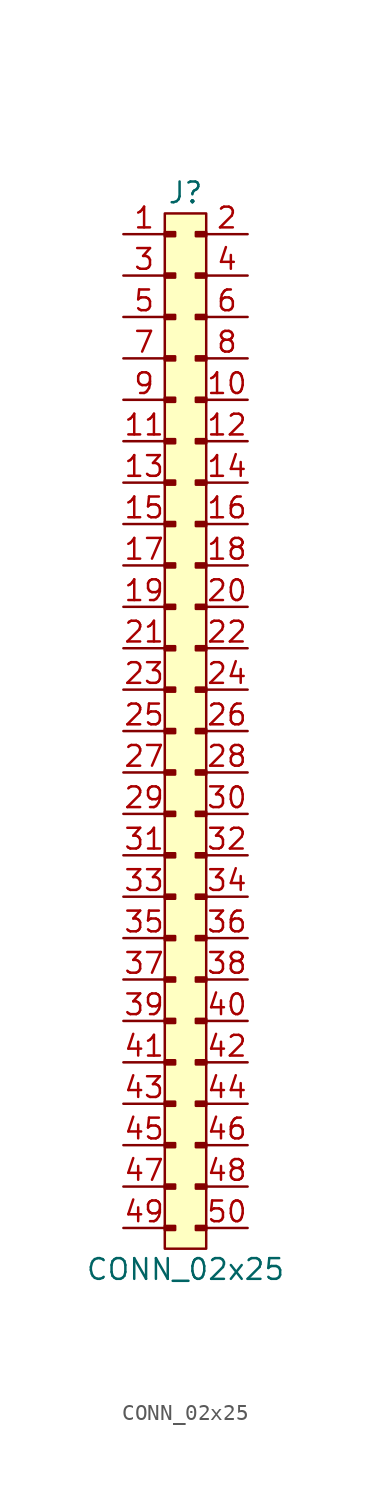
<source format=kicad_sym>
(kicad_symbol_lib
  (version 20211014)
  (generator agg_kicad.build_lib_connector)
  (symbol "CONN_02x25"
    (pin_names hide)
    (property Reference J
      (at -1.27 2.54 0)
      (effects (font (size 1.27 1.27))))
    (property Value "CONN_02x25"
      (at -1.27 -63.5 0)
      (effects (font (size 1.27 1.27))))
    (rectangle
      (start 0 -62.23)
      (end -2.54 1.27)
      (stroke (width 0) (type default) (color 0 0 0 0))
      (fill (type background)))
    (rectangle
      (start 0 0.127)
      (end -0.635 -0.127)
      (stroke (width 0) (type default) (color 0 0 0 0))
      (fill (type outline)))
    (rectangle
      (start -2.54 0.127)
      (end -1.905 -0.127)
      (stroke (width 0) (type default) (color 0 0 0 0))
      (fill (type outline)))
    (rectangle
      (start 0 -2.413)
      (end -0.635 -2.667)
      (stroke (width 0) (type default) (color 0 0 0 0))
      (fill (type outline)))
    (rectangle
      (start -2.54 -2.413)
      (end -1.905 -2.667)
      (stroke (width 0) (type default) (color 0 0 0 0))
      (fill (type outline)))
    (rectangle
      (start 0 -4.953)
      (end -0.635 -5.207)
      (stroke (width 0) (type default) (color 0 0 0 0))
      (fill (type outline)))
    (rectangle
      (start -2.54 -4.953)
      (end -1.905 -5.207)
      (stroke (width 0) (type default) (color 0 0 0 0))
      (fill (type outline)))
    (rectangle
      (start 0 -7.493)
      (end -0.635 -7.747)
      (stroke (width 0) (type default) (color 0 0 0 0))
      (fill (type outline)))
    (rectangle
      (start -2.54 -7.493)
      (end -1.905 -7.747)
      (stroke (width 0) (type default) (color 0 0 0 0))
      (fill (type outline)))
    (rectangle
      (start 0 -10.033)
      (end -0.635 -10.287)
      (stroke (width 0) (type default) (color 0 0 0 0))
      (fill (type outline)))
    (rectangle
      (start -2.54 -10.033)
      (end -1.905 -10.287)
      (stroke (width 0) (type default) (color 0 0 0 0))
      (fill (type outline)))
    (rectangle
      (start 0 -12.573)
      (end -0.635 -12.827)
      (stroke (width 0) (type default) (color 0 0 0 0))
      (fill (type outline)))
    (rectangle
      (start -2.54 -12.573)
      (end -1.905 -12.827)
      (stroke (width 0) (type default) (color 0 0 0 0))
      (fill (type outline)))
    (rectangle
      (start 0 -15.113)
      (end -0.635 -15.367)
      (stroke (width 0) (type default) (color 0 0 0 0))
      (fill (type outline)))
    (rectangle
      (start -2.54 -15.113)
      (end -1.905 -15.367)
      (stroke (width 0) (type default) (color 0 0 0 0))
      (fill (type outline)))
    (rectangle
      (start 0 -17.653)
      (end -0.635 -17.907)
      (stroke (width 0) (type default) (color 0 0 0 0))
      (fill (type outline)))
    (rectangle
      (start -2.54 -17.653)
      (end -1.905 -17.907)
      (stroke (width 0) (type default) (color 0 0 0 0))
      (fill (type outline)))
    (rectangle
      (start 0 -20.193)
      (end -0.635 -20.447)
      (stroke (width 0) (type default) (color 0 0 0 0))
      (fill (type outline)))
    (rectangle
      (start -2.54 -20.193)
      (end -1.905 -20.447)
      (stroke (width 0) (type default) (color 0 0 0 0))
      (fill (type outline)))
    (rectangle
      (start 0 -22.733)
      (end -0.635 -22.987)
      (stroke (width 0) (type default) (color 0 0 0 0))
      (fill (type outline)))
    (rectangle
      (start -2.54 -22.733)
      (end -1.905 -22.987)
      (stroke (width 0) (type default) (color 0 0 0 0))
      (fill (type outline)))
    (rectangle
      (start 0 -25.273)
      (end -0.635 -25.527)
      (stroke (width 0) (type default) (color 0 0 0 0))
      (fill (type outline)))
    (rectangle
      (start -2.54 -25.273)
      (end -1.905 -25.527)
      (stroke (width 0) (type default) (color 0 0 0 0))
      (fill (type outline)))
    (rectangle
      (start 0 -27.813)
      (end -0.635 -28.067)
      (stroke (width 0) (type default) (color 0 0 0 0))
      (fill (type outline)))
    (rectangle
      (start -2.54 -27.813)
      (end -1.905 -28.067)
      (stroke (width 0) (type default) (color 0 0 0 0))
      (fill (type outline)))
    (rectangle
      (start 0 -30.353)
      (end -0.635 -30.607)
      (stroke (width 0) (type default) (color 0 0 0 0))
      (fill (type outline)))
    (rectangle
      (start -2.54 -30.353)
      (end -1.905 -30.607)
      (stroke (width 0) (type default) (color 0 0 0 0))
      (fill (type outline)))
    (rectangle
      (start 0 -32.893)
      (end -0.635 -33.147)
      (stroke (width 0) (type default) (color 0 0 0 0))
      (fill (type outline)))
    (rectangle
      (start -2.54 -32.893)
      (end -1.905 -33.147)
      (stroke (width 0) (type default) (color 0 0 0 0))
      (fill (type outline)))
    (rectangle
      (start 0 -35.433)
      (end -0.635 -35.687)
      (stroke (width 0) (type default) (color 0 0 0 0))
      (fill (type outline)))
    (rectangle
      (start -2.54 -35.433)
      (end -1.905 -35.687)
      (stroke (width 0) (type default) (color 0 0 0 0))
      (fill (type outline)))
    (rectangle
      (start 0 -37.973)
      (end -0.635 -38.227)
      (stroke (width 0) (type default) (color 0 0 0 0))
      (fill (type outline)))
    (rectangle
      (start -2.54 -37.973)
      (end -1.905 -38.227)
      (stroke (width 0) (type default) (color 0 0 0 0))
      (fill (type outline)))
    (rectangle
      (start 0 -40.513)
      (end -0.635 -40.767)
      (stroke (width 0) (type default) (color 0 0 0 0))
      (fill (type outline)))
    (rectangle
      (start -2.54 -40.513)
      (end -1.905 -40.767)
      (stroke (width 0) (type default) (color 0 0 0 0))
      (fill (type outline)))
    (rectangle
      (start 0 -43.053)
      (end -0.635 -43.307)
      (stroke (width 0) (type default) (color 0 0 0 0))
      (fill (type outline)))
    (rectangle
      (start -2.54 -43.053)
      (end -1.905 -43.307)
      (stroke (width 0) (type default) (color 0 0 0 0))
      (fill (type outline)))
    (rectangle
      (start 0 -45.593)
      (end -0.635 -45.847)
      (stroke (width 0) (type default) (color 0 0 0 0))
      (fill (type outline)))
    (rectangle
      (start -2.54 -45.593)
      (end -1.905 -45.847)
      (stroke (width 0) (type default) (color 0 0 0 0))
      (fill (type outline)))
    (rectangle
      (start 0 -48.133)
      (end -0.635 -48.387)
      (stroke (width 0) (type default) (color 0 0 0 0))
      (fill (type outline)))
    (rectangle
      (start -2.54 -48.133)
      (end -1.905 -48.387)
      (stroke (width 0) (type default) (color 0 0 0 0))
      (fill (type outline)))
    (rectangle
      (start 0 -50.673)
      (end -0.635 -50.927)
      (stroke (width 0) (type default) (color 0 0 0 0))
      (fill (type outline)))
    (rectangle
      (start -2.54 -50.673)
      (end -1.905 -50.927)
      (stroke (width 0) (type default) (color 0 0 0 0))
      (fill (type outline)))
    (rectangle
      (start 0 -53.213)
      (end -0.635 -53.467)
      (stroke (width 0) (type default) (color 0 0 0 0))
      (fill (type outline)))
    (rectangle
      (start -2.54 -53.213)
      (end -1.905 -53.467)
      (stroke (width 0) (type default) (color 0 0 0 0))
      (fill (type outline)))
    (rectangle
      (start 0 -55.753)
      (end -0.635 -56.007)
      (stroke (width 0) (type default) (color 0 0 0 0))
      (fill (type outline)))
    (rectangle
      (start -2.54 -55.753)
      (end -1.905 -56.007)
      (stroke (width 0) (type default) (color 0 0 0 0))
      (fill (type outline)))
    (rectangle
      (start 0 -58.293)
      (end -0.635 -58.547)
      (stroke (width 0) (type default) (color 0 0 0 0))
      (fill (type outline)))
    (rectangle
      (start -2.54 -58.293)
      (end -1.905 -58.547)
      (stroke (width 0) (type default) (color 0 0 0 0))
      (fill (type outline)))
    (rectangle
      (start 0 -60.833)
      (end -0.635 -61.087)
      (stroke (width 0) (type default) (color 0 0 0 0))
      (fill (type outline)))
    (rectangle
      (start -2.54 -60.833)
      (end -1.905 -61.087)
      (stroke (width 0) (type default) (color 0 0 0 0))
      (fill (type outline)))
    (pin passive line
      (at 2.54 0 180)
      (length 2.54)
      (name "2" (effects (font (size 1.27 1.27))))
      (number "2" (effects (font (size 1.27 1.27)))))
    (pin passive line
      (at -5.08 0 0)
      (length 2.54)
      (name "1" (effects (font (size 1.27 1.27))))
      (number "1" (effects (font (size 1.27 1.27)))))
    (pin passive line
      (at 2.54 -2.54 180)
      (length 2.54)
      (name "4" (effects (font (size 1.27 1.27))))
      (number "4" (effects (font (size 1.27 1.27)))))
    (pin passive line
      (at -5.08 -2.54 0)
      (length 2.54)
      (name "3" (effects (font (size 1.27 1.27))))
      (number "3" (effects (font (size 1.27 1.27)))))
    (pin passive line
      (at 2.54 -5.08 180)
      (length 2.54)
      (name "6" (effects (font (size 1.27 1.27))))
      (number "6" (effects (font (size 1.27 1.27)))))
    (pin passive line
      (at -5.08 -5.08 0)
      (length 2.54)
      (name "5" (effects (font (size 1.27 1.27))))
      (number "5" (effects (font (size 1.27 1.27)))))
    (pin passive line
      (at 2.54 -7.62 180)
      (length 2.54)
      (name "8" (effects (font (size 1.27 1.27))))
      (number "8" (effects (font (size 1.27 1.27)))))
    (pin passive line
      (at -5.08 -7.62 0)
      (length 2.54)
      (name "7" (effects (font (size 1.27 1.27))))
      (number "7" (effects (font (size 1.27 1.27)))))
    (pin passive line
      (at 2.54 -10.16 180)
      (length 2.54)
      (name "10" (effects (font (size 1.27 1.27))))
      (number "10" (effects (font (size 1.27 1.27)))))
    (pin passive line
      (at -5.08 -10.16 0)
      (length 2.54)
      (name "9" (effects (font (size 1.27 1.27))))
      (number "9" (effects (font (size 1.27 1.27)))))
    (pin passive line
      (at 2.54 -12.7 180)
      (length 2.54)
      (name "12" (effects (font (size 1.27 1.27))))
      (number "12" (effects (font (size 1.27 1.27)))))
    (pin passive line
      (at -5.08 -12.7 0)
      (length 2.54)
      (name "11" (effects (font (size 1.27 1.27))))
      (number "11" (effects (font (size 1.27 1.27)))))
    (pin passive line
      (at 2.54 -15.24 180)
      (length 2.54)
      (name "14" (effects (font (size 1.27 1.27))))
      (number "14" (effects (font (size 1.27 1.27)))))
    (pin passive line
      (at -5.08 -15.24 0)
      (length 2.54)
      (name "13" (effects (font (size 1.27 1.27))))
      (number "13" (effects (font (size 1.27 1.27)))))
    (pin passive line
      (at 2.54 -17.78 180)
      (length 2.54)
      (name "16" (effects (font (size 1.27 1.27))))
      (number "16" (effects (font (size 1.27 1.27)))))
    (pin passive line
      (at -5.08 -17.78 0)
      (length 2.54)
      (name "15" (effects (font (size 1.27 1.27))))
      (number "15" (effects (font (size 1.27 1.27)))))
    (pin passive line
      (at 2.54 -20.32 180)
      (length 2.54)
      (name "18" (effects (font (size 1.27 1.27))))
      (number "18" (effects (font (size 1.27 1.27)))))
    (pin passive line
      (at -5.08 -20.32 0)
      (length 2.54)
      (name "17" (effects (font (size 1.27 1.27))))
      (number "17" (effects (font (size 1.27 1.27)))))
    (pin passive line
      (at 2.54 -22.86 180)
      (length 2.54)
      (name "20" (effects (font (size 1.27 1.27))))
      (number "20" (effects (font (size 1.27 1.27)))))
    (pin passive line
      (at -5.08 -22.86 0)
      (length 2.54)
      (name "19" (effects (font (size 1.27 1.27))))
      (number "19" (effects (font (size 1.27 1.27)))))
    (pin passive line
      (at 2.54 -25.4 180)
      (length 2.54)
      (name "22" (effects (font (size 1.27 1.27))))
      (number "22" (effects (font (size 1.27 1.27)))))
    (pin passive line
      (at -5.08 -25.4 0)
      (length 2.54)
      (name "21" (effects (font (size 1.27 1.27))))
      (number "21" (effects (font (size 1.27 1.27)))))
    (pin passive line
      (at 2.54 -27.94 180)
      (length 2.54)
      (name "24" (effects (font (size 1.27 1.27))))
      (number "24" (effects (font (size 1.27 1.27)))))
    (pin passive line
      (at -5.08 -27.94 0)
      (length 2.54)
      (name "23" (effects (font (size 1.27 1.27))))
      (number "23" (effects (font (size 1.27 1.27)))))
    (pin passive line
      (at 2.54 -30.48 180)
      (length 2.54)
      (name "26" (effects (font (size 1.27 1.27))))
      (number "26" (effects (font (size 1.27 1.27)))))
    (pin passive line
      (at -5.08 -30.48 0)
      (length 2.54)
      (name "25" (effects (font (size 1.27 1.27))))
      (number "25" (effects (font (size 1.27 1.27)))))
    (pin passive line
      (at 2.54 -33.02 180)
      (length 2.54)
      (name "28" (effects (font (size 1.27 1.27))))
      (number "28" (effects (font (size 1.27 1.27)))))
    (pin passive line
      (at -5.08 -33.02 0)
      (length 2.54)
      (name "27" (effects (font (size 1.27 1.27))))
      (number "27" (effects (font (size 1.27 1.27)))))
    (pin passive line
      (at 2.54 -35.56 180)
      (length 2.54)
      (name "30" (effects (font (size 1.27 1.27))))
      (number "30" (effects (font (size 1.27 1.27)))))
    (pin passive line
      (at -5.08 -35.56 0)
      (length 2.54)
      (name "29" (effects (font (size 1.27 1.27))))
      (number "29" (effects (font (size 1.27 1.27)))))
    (pin passive line
      (at 2.54 -38.1 180)
      (length 2.54)
      (name "32" (effects (font (size 1.27 1.27))))
      (number "32" (effects (font (size 1.27 1.27)))))
    (pin passive line
      (at -5.08 -38.1 0)
      (length 2.54)
      (name "31" (effects (font (size 1.27 1.27))))
      (number "31" (effects (font (size 1.27 1.27)))))
    (pin passive line
      (at 2.54 -40.64 180)
      (length 2.54)
      (name "34" (effects (font (size 1.27 1.27))))
      (number "34" (effects (font (size 1.27 1.27)))))
    (pin passive line
      (at -5.08 -40.64 0)
      (length 2.54)
      (name "33" (effects (font (size 1.27 1.27))))
      (number "33" (effects (font (size 1.27 1.27)))))
    (pin passive line
      (at 2.54 -43.18 180)
      (length 2.54)
      (name "36" (effects (font (size 1.27 1.27))))
      (number "36" (effects (font (size 1.27 1.27)))))
    (pin passive line
      (at -5.08 -43.18 0)
      (length 2.54)
      (name "35" (effects (font (size 1.27 1.27))))
      (number "35" (effects (font (size 1.27 1.27)))))
    (pin passive line
      (at 2.54 -45.72 180)
      (length 2.54)
      (name "38" (effects (font (size 1.27 1.27))))
      (number "38" (effects (font (size 1.27 1.27)))))
    (pin passive line
      (at -5.08 -45.72 0)
      (length 2.54)
      (name "37" (effects (font (size 1.27 1.27))))
      (number "37" (effects (font (size 1.27 1.27)))))
    (pin passive line
      (at 2.54 -48.26 180)
      (length 2.54)
      (name "40" (effects (font (size 1.27 1.27))))
      (number "40" (effects (font (size 1.27 1.27)))))
    (pin passive line
      (at -5.08 -48.26 0)
      (length 2.54)
      (name "39" (effects (font (size 1.27 1.27))))
      (number "39" (effects (font (size 1.27 1.27)))))
    (pin passive line
      (at 2.54 -50.8 180)
      (length 2.54)
      (name "42" (effects (font (size 1.27 1.27))))
      (number "42" (effects (font (size 1.27 1.27)))))
    (pin passive line
      (at -5.08 -50.8 0)
      (length 2.54)
      (name "41" (effects (font (size 1.27 1.27))))
      (number "41" (effects (font (size 1.27 1.27)))))
    (pin passive line
      (at 2.54 -53.34 180)
      (length 2.54)
      (name "44" (effects (font (size 1.27 1.27))))
      (number "44" (effects (font (size 1.27 1.27)))))
    (pin passive line
      (at -5.08 -53.34 0)
      (length 2.54)
      (name "43" (effects (font (size 1.27 1.27))))
      (number "43" (effects (font (size 1.27 1.27)))))
    (pin passive line
      (at 2.54 -55.88 180)
      (length 2.54)
      (name "46" (effects (font (size 1.27 1.27))))
      (number "46" (effects (font (size 1.27 1.27)))))
    (pin passive line
      (at -5.08 -55.88 0)
      (length 2.54)
      (name "45" (effects (font (size 1.27 1.27))))
      (number "45" (effects (font (size 1.27 1.27)))))
    (pin passive line
      (at 2.54 -58.42 180)
      (length 2.54)
      (name "48" (effects (font (size 1.27 1.27))))
      (number "48" (effects (font (size 1.27 1.27)))))
    (pin passive line
      (at -5.08 -58.42 0)
      (length 2.54)
      (name "47" (effects (font (size 1.27 1.27))))
      (number "47" (effects (font (size 1.27 1.27)))))
    (pin passive line
      (at 2.54 -60.96 180)
      (length 2.54)
      (name "50" (effects (font (size 1.27 1.27))))
      (number "50" (effects (font (size 1.27 1.27)))))
    (pin passive line
      (at -5.08 -60.96 0)
      (length 2.54)
      (name "49" (effects (font (size 1.27 1.27))))
      (number "49" (effects (font (size 1.27 1.27)))))))
</source>
